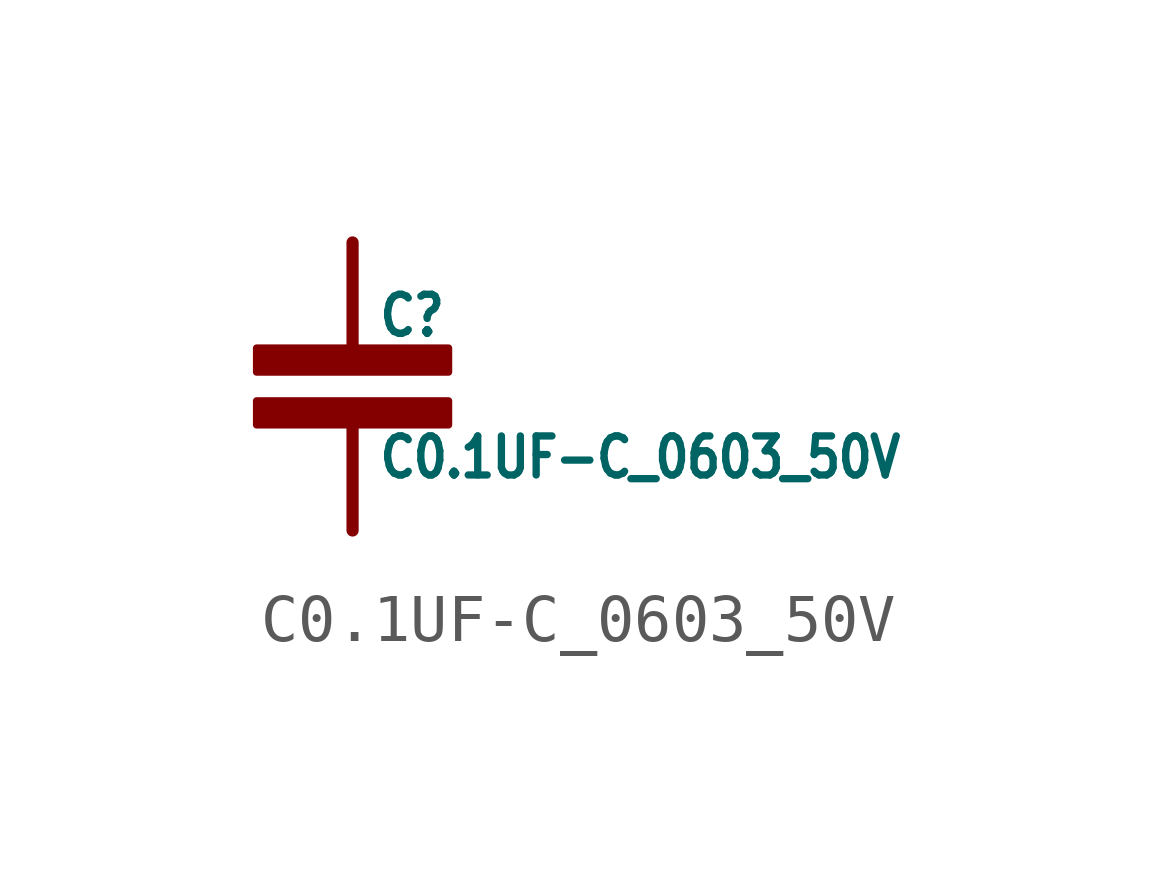
<source format=kicad_sym>
(kicad_symbol_lib
  (version 20211014)
  (generator kicad_symbol_editor)
  (symbol "C0.1UF-C_0603_50V"
    (property "Reference" "C"
      (at 0.5 1 0)
      (effects (font (size 0.813 0.691)) (justify left bottom)))
    (property "Value" "C0.1UF-C_0603_50V"
      (at 0.5 -1 0)
      (effects (font (size 0.813 0.691)) (justify left top)))
    (property "ki_locked" ""
      (at 0 0 0)
      (effects (font (size 1.27 1.27))))
    (symbol "C0.1UF-C_0603_50V_1_0"
      (rectangle (start -2 -0.8) (end 2 -0.3) (stroke (width 0) (type default) (color 0 0 0 0)) (fill (type outline)))
      (rectangle (start -2 0.3) (end 2 0.8) (stroke (width 0) (type default) (color 0 0 0 0)) (fill (type outline)))
      (polyline (pts (xy 0 -0.5) (xy 0 -3)) (stroke (width 0.254) (type default) (color 0 0 0 0)) (fill (type none)))
      (polyline (pts (xy 0 0.5) (xy 0 3)) (stroke (width 0.254) (type default) (color 0 0 0 0)) (fill (type none)))
      (pin bidirectional line (at 0 3 0) (length 0) (name "P$1" (effects (font (size 0 0)))) (number "1" (effects (font (size 0 0)))))
      (pin bidirectional line (at 0 -3 0) (length 0) (name "P$2" (effects (font (size 0 0)))) (number "2" (effects (font (size 0 0))))))))
</source>
